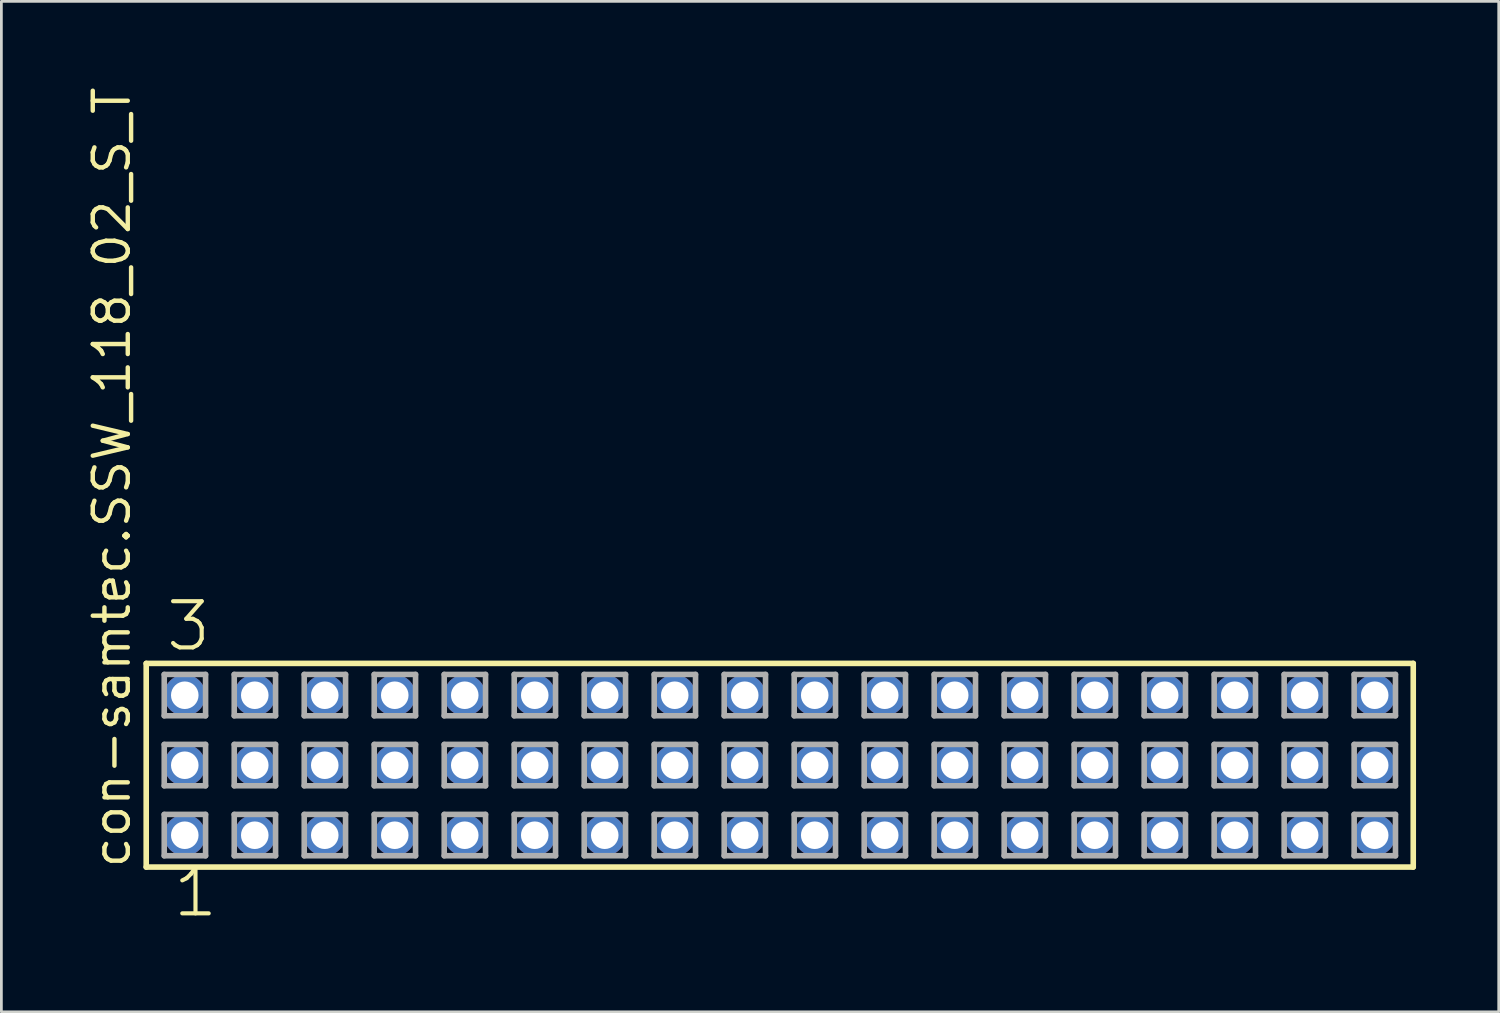
<source format=kicad_pcb>
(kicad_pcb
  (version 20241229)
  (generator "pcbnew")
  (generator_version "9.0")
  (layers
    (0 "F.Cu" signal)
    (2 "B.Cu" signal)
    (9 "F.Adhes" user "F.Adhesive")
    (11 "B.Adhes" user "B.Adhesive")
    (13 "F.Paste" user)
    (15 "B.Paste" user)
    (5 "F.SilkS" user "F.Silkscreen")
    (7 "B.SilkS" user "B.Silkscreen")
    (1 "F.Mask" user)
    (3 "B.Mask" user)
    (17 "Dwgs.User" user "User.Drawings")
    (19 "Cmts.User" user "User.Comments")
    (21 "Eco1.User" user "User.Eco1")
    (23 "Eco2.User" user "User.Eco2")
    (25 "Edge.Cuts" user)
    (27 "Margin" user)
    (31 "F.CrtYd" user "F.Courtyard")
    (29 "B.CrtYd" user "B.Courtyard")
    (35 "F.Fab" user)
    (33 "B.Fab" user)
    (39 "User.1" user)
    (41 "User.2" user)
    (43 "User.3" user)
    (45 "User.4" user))
  (footprint "con-samtec.SSW_118_02_S_T"
    (layer "F.Cu")
    (at 25.245 24.719)
    (property "Reference" "con-samtec.SSW_118_02_S_T" (at -23.495 3.81 90) (layer "F.SilkS") (effects (font (size 1.27 1.27) (thickness 0.16)) (justify left bottom)))
    (attr through_hole)
    (fp_line (start -22.989 -3.695) (end 22.989 -3.695) (stroke (width 0.203) (type default)) (layer "F.SilkS"))
    (fp_line (start -22.989 3.695) (end -22.989 -3.695) (stroke (width 0.203) (type default)) (layer "F.SilkS"))
    (fp_line (start 22.989 -3.695) (end 22.989 3.695) (stroke (width 0.203) (type default)) (layer "F.SilkS"))
    (fp_line (start 22.989 3.695) (end -22.989 3.695) (stroke (width 0.203) (type default)) (layer "F.SilkS"))
    (fp_line (start -22.335 -3.295) (end -20.835 -3.295) (stroke (width 0.203) (type default)) (layer "F.Fab"))
    (fp_line (start -22.335 -1.795) (end -22.335 -3.295) (stroke (width 0.203) (type default)) (layer "F.Fab"))
    (fp_line (start -22.335 -0.755) (end -20.835 -0.755) (stroke (width 0.203) (type default)) (layer "F.Fab"))
    (fp_line (start -22.335 0.745) (end -22.335 -0.755) (stroke (width 0.203) (type default)) (layer "F.Fab"))
    (fp_line (start -22.335 1.785) (end -20.835 1.785) (stroke (width 0.203) (type default)) (layer "F.Fab"))
    (fp_line (start -22.335 3.285) (end -22.335 1.785) (stroke (width 0.203) (type default)) (layer "F.Fab"))
    (fp_line (start -20.835 -3.295) (end -20.835 -1.795) (stroke (width 0.203) (type default)) (layer "F.Fab"))
    (fp_line (start -20.835 -1.795) (end -22.335 -1.795) (stroke (width 0.203) (type default)) (layer "F.Fab"))
    (fp_line (start -20.835 -0.755) (end -20.835 0.745) (stroke (width 0.203) (type default)) (layer "F.Fab"))
    (fp_line (start -20.835 0.745) (end -22.335 0.745) (stroke (width 0.203) (type default)) (layer "F.Fab"))
    (fp_line (start -20.835 1.785) (end -20.835 3.285) (stroke (width 0.203) (type default)) (layer "F.Fab"))
    (fp_line (start -20.835 3.285) (end -22.335 3.285) (stroke (width 0.203) (type default)) (layer "F.Fab"))
    (fp_line (start -19.795 -3.295) (end -18.295 -3.295) (stroke (width 0.203) (type default)) (layer "F.Fab"))
    (fp_line (start -19.795 -1.795) (end -19.795 -3.295) (stroke (width 0.203) (type default)) (layer "F.Fab"))
    (fp_line (start -19.795 -0.755) (end -18.295 -0.755) (stroke (width 0.203) (type default)) (layer "F.Fab"))
    (fp_line (start -19.795 0.745) (end -19.795 -0.755) (stroke (width 0.203) (type default)) (layer "F.Fab"))
    (fp_line (start -19.795 1.785) (end -18.295 1.785) (stroke (width 0.203) (type default)) (layer "F.Fab"))
    (fp_line (start -19.795 3.285) (end -19.795 1.785) (stroke (width 0.203) (type default)) (layer "F.Fab"))
    (fp_line (start -18.295 -3.295) (end -18.295 -1.795) (stroke (width 0.203) (type default)) (layer "F.Fab"))
    (fp_line (start -18.295 -1.795) (end -19.795 -1.795) (stroke (width 0.203) (type default)) (layer "F.Fab"))
    (fp_line (start -18.295 -0.755) (end -18.295 0.745) (stroke (width 0.203) (type default)) (layer "F.Fab"))
    (fp_line (start -18.295 0.745) (end -19.795 0.745) (stroke (width 0.203) (type default)) (layer "F.Fab"))
    (fp_line (start -18.295 1.785) (end -18.295 3.285) (stroke (width 0.203) (type default)) (layer "F.Fab"))
    (fp_line (start -18.295 3.285) (end -19.795 3.285) (stroke (width 0.203) (type default)) (layer "F.Fab"))
    (fp_line (start -17.255 -3.295) (end -15.755 -3.295) (stroke (width 0.203) (type default)) (layer "F.Fab"))
    (fp_line (start -17.255 -1.795) (end -17.255 -3.295) (stroke (width 0.203) (type default)) (layer "F.Fab"))
    (fp_line (start -17.255 -0.755) (end -15.755 -0.755) (stroke (width 0.203) (type default)) (layer "F.Fab"))
    (fp_line (start -17.255 0.745) (end -17.255 -0.755) (stroke (width 0.203) (type default)) (layer "F.Fab"))
    (fp_line (start -17.255 1.785) (end -15.755 1.785) (stroke (width 0.203) (type default)) (layer "F.Fab"))
    (fp_line (start -17.255 3.285) (end -17.255 1.785) (stroke (width 0.203) (type default)) (layer "F.Fab"))
    (fp_line (start -15.755 -3.295) (end -15.755 -1.795) (stroke (width 0.203) (type default)) (layer "F.Fab"))
    (fp_line (start -15.755 -1.795) (end -17.255 -1.795) (stroke (width 0.203) (type default)) (layer "F.Fab"))
    (fp_line (start -15.755 -0.755) (end -15.755 0.745) (stroke (width 0.203) (type default)) (layer "F.Fab"))
    (fp_line (start -15.755 0.745) (end -17.255 0.745) (stroke (width 0.203) (type default)) (layer "F.Fab"))
    (fp_line (start -15.755 1.785) (end -15.755 3.285) (stroke (width 0.203) (type default)) (layer "F.Fab"))
    (fp_line (start -15.755 3.285) (end -17.255 3.285) (stroke (width 0.203) (type default)) (layer "F.Fab"))
    (fp_line (start -14.715 -3.295) (end -13.215 -3.295) (stroke (width 0.203) (type default)) (layer "F.Fab"))
    (fp_line (start -14.715 -1.795) (end -14.715 -3.295) (stroke (width 0.203) (type default)) (layer "F.Fab"))
    (fp_line (start -14.715 -0.755) (end -13.215 -0.755) (stroke (width 0.203) (type default)) (layer "F.Fab"))
    (fp_line (start -14.715 0.745) (end -14.715 -0.755) (stroke (width 0.203) (type default)) (layer "F.Fab"))
    (fp_line (start -14.715 1.785) (end -13.215 1.785) (stroke (width 0.203) (type default)) (layer "F.Fab"))
    (fp_line (start -14.715 3.285) (end -14.715 1.785) (stroke (width 0.203) (type default)) (layer "F.Fab"))
    (fp_line (start -13.215 -3.295) (end -13.215 -1.795) (stroke (width 0.203) (type default)) (layer "F.Fab"))
    (fp_line (start -13.215 -1.795) (end -14.715 -1.795) (stroke (width 0.203) (type default)) (layer "F.Fab"))
    (fp_line (start -13.215 -0.755) (end -13.215 0.745) (stroke (width 0.203) (type default)) (layer "F.Fab"))
    (fp_line (start -13.215 0.745) (end -14.715 0.745) (stroke (width 0.203) (type default)) (layer "F.Fab"))
    (fp_line (start -13.215 1.785) (end -13.215 3.285) (stroke (width 0.203) (type default)) (layer "F.Fab"))
    (fp_line (start -13.215 3.285) (end -14.715 3.285) (stroke (width 0.203) (type default)) (layer "F.Fab"))
    (fp_line (start -12.175 -3.295) (end -10.675 -3.295) (stroke (width 0.203) (type default)) (layer "F.Fab"))
    (fp_line (start -12.175 -1.795) (end -12.175 -3.295) (stroke (width 0.203) (type default)) (layer "F.Fab"))
    (fp_line (start -12.175 -0.755) (end -10.675 -0.755) (stroke (width 0.203) (type default)) (layer "F.Fab"))
    (fp_line (start -12.175 0.745) (end -12.175 -0.755) (stroke (width 0.203) (type default)) (layer "F.Fab"))
    (fp_line (start -12.175 1.785) (end -10.675 1.785) (stroke (width 0.203) (type default)) (layer "F.Fab"))
    (fp_line (start -12.175 3.285) (end -12.175 1.785) (stroke (width 0.203) (type default)) (layer "F.Fab"))
    (fp_line (start -10.675 -3.295) (end -10.675 -1.795) (stroke (width 0.203) (type default)) (layer "F.Fab"))
    (fp_line (start -10.675 -1.795) (end -12.175 -1.795) (stroke (width 0.203) (type default)) (layer "F.Fab"))
    (fp_line (start -10.675 -0.755) (end -10.675 0.745) (stroke (width 0.203) (type default)) (layer "F.Fab"))
    (fp_line (start -10.675 0.745) (end -12.175 0.745) (stroke (width 0.203) (type default)) (layer "F.Fab"))
    (fp_line (start -10.675 1.785) (end -10.675 3.285) (stroke (width 0.203) (type default)) (layer "F.Fab"))
    (fp_line (start -10.675 3.285) (end -12.175 3.285) (stroke (width 0.203) (type default)) (layer "F.Fab"))
    (fp_line (start -9.635 -3.295) (end -8.135 -3.295) (stroke (width 0.203) (type default)) (layer "F.Fab"))
    (fp_line (start -9.635 -1.795) (end -9.635 -3.295) (stroke (width 0.203) (type default)) (layer "F.Fab"))
    (fp_line (start -9.635 -0.755) (end -8.135 -0.755) (stroke (width 0.203) (type default)) (layer "F.Fab"))
    (fp_line (start -9.635 0.745) (end -9.635 -0.755) (stroke (width 0.203) (type default)) (layer "F.Fab"))
    (fp_line (start -9.635 1.785) (end -8.135 1.785) (stroke (width 0.203) (type default)) (layer "F.Fab"))
    (fp_line (start -9.635 3.285) (end -9.635 1.785) (stroke (width 0.203) (type default)) (layer "F.Fab"))
    (fp_line (start -8.135 -3.295) (end -8.135 -1.795) (stroke (width 0.203) (type default)) (layer "F.Fab"))
    (fp_line (start -8.135 -1.795) (end -9.635 -1.795) (stroke (width 0.203) (type default)) (layer "F.Fab"))
    (fp_line (start -8.135 -0.755) (end -8.135 0.745) (stroke (width 0.203) (type default)) (layer "F.Fab"))
    (fp_line (start -8.135 0.745) (end -9.635 0.745) (stroke (width 0.203) (type default)) (layer "F.Fab"))
    (fp_line (start -8.135 1.785) (end -8.135 3.285) (stroke (width 0.203) (type default)) (layer "F.Fab"))
    (fp_line (start -8.135 3.285) (end -9.635 3.285) (stroke (width 0.203) (type default)) (layer "F.Fab"))
    (fp_line (start -7.095 -3.295) (end -5.595 -3.295) (stroke (width 0.203) (type default)) (layer "F.Fab"))
    (fp_line (start -7.095 -1.795) (end -7.095 -3.295) (stroke (width 0.203) (type default)) (layer "F.Fab"))
    (fp_line (start -7.095 -0.755) (end -5.595 -0.755) (stroke (width 0.203) (type default)) (layer "F.Fab"))
    (fp_line (start -7.095 0.745) (end -7.095 -0.755) (stroke (width 0.203) (type default)) (layer "F.Fab"))
    (fp_line (start -7.095 1.785) (end -5.595 1.785) (stroke (width 0.203) (type default)) (layer "F.Fab"))
    (fp_line (start -7.095 3.285) (end -7.095 1.785) (stroke (width 0.203) (type default)) (layer "F.Fab"))
    (fp_line (start -5.595 -3.295) (end -5.595 -1.795) (stroke (width 0.203) (type default)) (layer "F.Fab"))
    (fp_line (start -5.595 -1.795) (end -7.095 -1.795) (stroke (width 0.203) (type default)) (layer "F.Fab"))
    (fp_line (start -5.595 -0.755) (end -5.595 0.745) (stroke (width 0.203) (type default)) (layer "F.Fab"))
    (fp_line (start -5.595 0.745) (end -7.095 0.745) (stroke (width 0.203) (type default)) (layer "F.Fab"))
    (fp_line (start -5.595 1.785) (end -5.595 3.285) (stroke (width 0.203) (type default)) (layer "F.Fab"))
    (fp_line (start -5.595 3.285) (end -7.095 3.285) (stroke (width 0.203) (type default)) (layer "F.Fab"))
    (fp_line (start -4.555 -3.295) (end -3.055 -3.295) (stroke (width 0.203) (type default)) (layer "F.Fab"))
    (fp_line (start -4.555 -1.795) (end -4.555 -3.295) (stroke (width 0.203) (type default)) (layer "F.Fab"))
    (fp_line (start -4.555 -0.755) (end -3.055 -0.755) (stroke (width 0.203) (type default)) (layer "F.Fab"))
    (fp_line (start -4.555 0.745) (end -4.555 -0.755) (stroke (width 0.203) (type default)) (layer "F.Fab"))
    (fp_line (start -4.555 1.785) (end -3.055 1.785) (stroke (width 0.203) (type default)) (layer "F.Fab"))
    (fp_line (start -4.555 3.285) (end -4.555 1.785) (stroke (width 0.203) (type default)) (layer "F.Fab"))
    (fp_line (start -3.055 -3.295) (end -3.055 -1.795) (stroke (width 0.203) (type default)) (layer "F.Fab"))
    (fp_line (start -3.055 -1.795) (end -4.555 -1.795) (stroke (width 0.203) (type default)) (layer "F.Fab"))
    (fp_line (start -3.055 -0.755) (end -3.055 0.745) (stroke (width 0.203) (type default)) (layer "F.Fab"))
    (fp_line (start -3.055 0.745) (end -4.555 0.745) (stroke (width 0.203) (type default)) (layer "F.Fab"))
    (fp_line (start -3.055 1.785) (end -3.055 3.285) (stroke (width 0.203) (type default)) (layer "F.Fab"))
    (fp_line (start -3.055 3.285) (end -4.555 3.285) (stroke (width 0.203) (type default)) (layer "F.Fab"))
    (fp_line (start -2.015 -3.295) (end -0.515 -3.295) (stroke (width 0.203) (type default)) (layer "F.Fab"))
    (fp_line (start -2.015 -1.795) (end -2.015 -3.295) (stroke (width 0.203) (type default)) (layer "F.Fab"))
    (fp_line (start -2.015 -0.755) (end -0.515 -0.755) (stroke (width 0.203) (type default)) (layer "F.Fab"))
    (fp_line (start -2.015 0.745) (end -2.015 -0.755) (stroke (width 0.203) (type default)) (layer "F.Fab"))
    (fp_line (start -2.015 1.785) (end -0.515 1.785) (stroke (width 0.203) (type default)) (layer "F.Fab"))
    (fp_line (start -2.015 3.285) (end -2.015 1.785) (stroke (width 0.203) (type default)) (layer "F.Fab"))
    (fp_line (start -0.515 -3.295) (end -0.515 -1.795) (stroke (width 0.203) (type default)) (layer "F.Fab"))
    (fp_line (start -0.515 -1.795) (end -2.015 -1.795) (stroke (width 0.203) (type default)) (layer "F.Fab"))
    (fp_line (start -0.515 -0.755) (end -0.515 0.745) (stroke (width 0.203) (type default)) (layer "F.Fab"))
    (fp_line (start -0.515 0.745) (end -2.015 0.745) (stroke (width 0.203) (type default)) (layer "F.Fab"))
    (fp_line (start -0.515 1.785) (end -0.515 3.285) (stroke (width 0.203) (type default)) (layer "F.Fab"))
    (fp_line (start -0.515 3.285) (end -2.015 3.285) (stroke (width 0.203) (type default)) (layer "F.Fab"))
    (fp_line (start 0.525 -3.295) (end 2.025 -3.295) (stroke (width 0.203) (type default)) (layer "F.Fab"))
    (fp_line (start 0.525 -1.795) (end 0.525 -3.295) (stroke (width 0.203) (type default)) (layer "F.Fab"))
    (fp_line (start 0.525 -0.755) (end 2.025 -0.755) (stroke (width 0.203) (type default)) (layer "F.Fab"))
    (fp_line (start 0.525 0.745) (end 0.525 -0.755) (stroke (width 0.203) (type default)) (layer "F.Fab"))
    (fp_line (start 0.525 1.785) (end 2.025 1.785) (stroke (width 0.203) (type default)) (layer "F.Fab"))
    (fp_line (start 0.525 3.285) (end 0.525 1.785) (stroke (width 0.203) (type default)) (layer "F.Fab"))
    (fp_line (start 2.025 -3.295) (end 2.025 -1.795) (stroke (width 0.203) (type default)) (layer "F.Fab"))
    (fp_line (start 2.025 -1.795) (end 0.525 -1.795) (stroke (width 0.203) (type default)) (layer "F.Fab"))
    (fp_line (start 2.025 -0.755) (end 2.025 0.745) (stroke (width 0.203) (type default)) (layer "F.Fab"))
    (fp_line (start 2.025 0.745) (end 0.525 0.745) (stroke (width 0.203) (type default)) (layer "F.Fab"))
    (fp_line (start 2.025 1.785) (end 2.025 3.285) (stroke (width 0.203) (type default)) (layer "F.Fab"))
    (fp_line (start 2.025 3.285) (end 0.525 3.285) (stroke (width 0.203) (type default)) (layer "F.Fab"))
    (fp_line (start 3.065 -3.295) (end 4.565 -3.295) (stroke (width 0.203) (type default)) (layer "F.Fab"))
    (fp_line (start 3.065 -1.795) (end 3.065 -3.295) (stroke (width 0.203) (type default)) (layer "F.Fab"))
    (fp_line (start 3.065 -0.755) (end 4.565 -0.755) (stroke (width 0.203) (type default)) (layer "F.Fab"))
    (fp_line (start 3.065 0.745) (end 3.065 -0.755) (stroke (width 0.203) (type default)) (layer "F.Fab"))
    (fp_line (start 3.065 1.785) (end 4.565 1.785) (stroke (width 0.203) (type default)) (layer "F.Fab"))
    (fp_line (start 3.065 3.285) (end 3.065 1.785) (stroke (width 0.203) (type default)) (layer "F.Fab"))
    (fp_line (start 4.565 -3.295) (end 4.565 -1.795) (stroke (width 0.203) (type default)) (layer "F.Fab"))
    (fp_line (start 4.565 -1.795) (end 3.065 -1.795) (stroke (width 0.203) (type default)) (layer "F.Fab"))
    (fp_line (start 4.565 -0.755) (end 4.565 0.745) (stroke (width 0.203) (type default)) (layer "F.Fab"))
    (fp_line (start 4.565 0.745) (end 3.065 0.745) (stroke (width 0.203) (type default)) (layer "F.Fab"))
    (fp_line (start 4.565 1.785) (end 4.565 3.285) (stroke (width 0.203) (type default)) (layer "F.Fab"))
    (fp_line (start 4.565 3.285) (end 3.065 3.285) (stroke (width 0.203) (type default)) (layer "F.Fab"))
    (fp_line (start 5.605 -3.295) (end 7.105 -3.295) (stroke (width 0.203) (type default)) (layer "F.Fab"))
    (fp_line (start 5.605 -1.795) (end 5.605 -3.295) (stroke (width 0.203) (type default)) (layer "F.Fab"))
    (fp_line (start 5.605 -0.755) (end 7.105 -0.755) (stroke (width 0.203) (type default)) (layer "F.Fab"))
    (fp_line (start 5.605 0.745) (end 5.605 -0.755) (stroke (width 0.203) (type default)) (layer "F.Fab"))
    (fp_line (start 5.605 1.785) (end 7.105 1.785) (stroke (width 0.203) (type default)) (layer "F.Fab"))
    (fp_line (start 5.605 3.285) (end 5.605 1.785) (stroke (width 0.203) (type default)) (layer "F.Fab"))
    (fp_line (start 7.105 -3.295) (end 7.105 -1.795) (stroke (width 0.203) (type default)) (layer "F.Fab"))
    (fp_line (start 7.105 -1.795) (end 5.605 -1.795) (stroke (width 0.203) (type default)) (layer "F.Fab"))
    (fp_line (start 7.105 -0.755) (end 7.105 0.745) (stroke (width 0.203) (type default)) (layer "F.Fab"))
    (fp_line (start 7.105 0.745) (end 5.605 0.745) (stroke (width 0.203) (type default)) (layer "F.Fab"))
    (fp_line (start 7.105 1.785) (end 7.105 3.285) (stroke (width 0.203) (type default)) (layer "F.Fab"))
    (fp_line (start 7.105 3.285) (end 5.605 3.285) (stroke (width 0.203) (type default)) (layer "F.Fab"))
    (fp_line (start 8.145 -3.295) (end 9.645 -3.295) (stroke (width 0.203) (type default)) (layer "F.Fab"))
    (fp_line (start 8.145 -1.795) (end 8.145 -3.295) (stroke (width 0.203) (type default)) (layer "F.Fab"))
    (fp_line (start 8.145 -0.755) (end 9.645 -0.755) (stroke (width 0.203) (type default)) (layer "F.Fab"))
    (fp_line (start 8.145 0.745) (end 8.145 -0.755) (stroke (width 0.203) (type default)) (layer "F.Fab"))
    (fp_line (start 8.145 1.785) (end 9.645 1.785) (stroke (width 0.203) (type default)) (layer "F.Fab"))
    (fp_line (start 8.145 3.285) (end 8.145 1.785) (stroke (width 0.203) (type default)) (layer "F.Fab"))
    (fp_line (start 9.645 -3.295) (end 9.645 -1.795) (stroke (width 0.203) (type default)) (layer "F.Fab"))
    (fp_line (start 9.645 -1.795) (end 8.145 -1.795) (stroke (width 0.203) (type default)) (layer "F.Fab"))
    (fp_line (start 9.645 -0.755) (end 9.645 0.745) (stroke (width 0.203) (type default)) (layer "F.Fab"))
    (fp_line (start 9.645 0.745) (end 8.145 0.745) (stroke (width 0.203) (type default)) (layer "F.Fab"))
    (fp_line (start 9.645 1.785) (end 9.645 3.285) (stroke (width 0.203) (type default)) (layer "F.Fab"))
    (fp_line (start 9.645 3.285) (end 8.145 3.285) (stroke (width 0.203) (type default)) (layer "F.Fab"))
    (fp_line (start 10.685 -3.295) (end 12.185 -3.295) (stroke (width 0.203) (type default)) (layer "F.Fab"))
    (fp_line (start 10.685 -1.795) (end 10.685 -3.295) (stroke (width 0.203) (type default)) (layer "F.Fab"))
    (fp_line (start 10.685 -0.755) (end 12.185 -0.755) (stroke (width 0.203) (type default)) (layer "F.Fab"))
    (fp_line (start 10.685 0.745) (end 10.685 -0.755) (stroke (width 0.203) (type default)) (layer "F.Fab"))
    (fp_line (start 10.685 1.785) (end 12.185 1.785) (stroke (width 0.203) (type default)) (layer "F.Fab"))
    (fp_line (start 10.685 3.285) (end 10.685 1.785) (stroke (width 0.203) (type default)) (layer "F.Fab"))
    (fp_line (start 12.185 -3.295) (end 12.185 -1.795) (stroke (width 0.203) (type default)) (layer "F.Fab"))
    (fp_line (start 12.185 -1.795) (end 10.685 -1.795) (stroke (width 0.203) (type default)) (layer "F.Fab"))
    (fp_line (start 12.185 -0.755) (end 12.185 0.745) (stroke (width 0.203) (type default)) (layer "F.Fab"))
    (fp_line (start 12.185 0.745) (end 10.685 0.745) (stroke (width 0.203) (type default)) (layer "F.Fab"))
    (fp_line (start 12.185 1.785) (end 12.185 3.285) (stroke (width 0.203) (type default)) (layer "F.Fab"))
    (fp_line (start 12.185 3.285) (end 10.685 3.285) (stroke (width 0.203) (type default)) (layer "F.Fab"))
    (fp_line (start 13.225 -3.295) (end 14.725 -3.295) (stroke (width 0.203) (type default)) (layer "F.Fab"))
    (fp_line (start 13.225 -1.795) (end 13.225 -3.295) (stroke (width 0.203) (type default)) (layer "F.Fab"))
    (fp_line (start 13.225 -0.755) (end 14.725 -0.755) (stroke (width 0.203) (type default)) (layer "F.Fab"))
    (fp_line (start 13.225 0.745) (end 13.225 -0.755) (stroke (width 0.203) (type default)) (layer "F.Fab"))
    (fp_line (start 13.225 1.785) (end 14.725 1.785) (stroke (width 0.203) (type default)) (layer "F.Fab"))
    (fp_line (start 13.225 3.285) (end 13.225 1.785) (stroke (width 0.203) (type default)) (layer "F.Fab"))
    (fp_line (start 14.725 -3.295) (end 14.725 -1.795) (stroke (width 0.203) (type default)) (layer "F.Fab"))
    (fp_line (start 14.725 -1.795) (end 13.225 -1.795) (stroke (width 0.203) (type default)) (layer "F.Fab"))
    (fp_line (start 14.725 -0.755) (end 14.725 0.745) (stroke (width 0.203) (type default)) (layer "F.Fab"))
    (fp_line (start 14.725 0.745) (end 13.225 0.745) (stroke (width 0.203) (type default)) (layer "F.Fab"))
    (fp_line (start 14.725 1.785) (end 14.725 3.285) (stroke (width 0.203) (type default)) (layer "F.Fab"))
    (fp_line (start 14.725 3.285) (end 13.225 3.285) (stroke (width 0.203) (type default)) (layer "F.Fab"))
    (fp_line (start 15.765 -3.295) (end 17.265 -3.295) (stroke (width 0.203) (type default)) (layer "F.Fab"))
    (fp_line (start 15.765 -1.795) (end 15.765 -3.295) (stroke (width 0.203) (type default)) (layer "F.Fab"))
    (fp_line (start 15.765 -0.755) (end 17.265 -0.755) (stroke (width 0.203) (type default)) (layer "F.Fab"))
    (fp_line (start 15.765 0.745) (end 15.765 -0.755) (stroke (width 0.203) (type default)) (layer "F.Fab"))
    (fp_line (start 15.765 1.785) (end 17.265 1.785) (stroke (width 0.203) (type default)) (layer "F.Fab"))
    (fp_line (start 15.765 3.285) (end 15.765 1.785) (stroke (width 0.203) (type default)) (layer "F.Fab"))
    (fp_line (start 17.265 -3.295) (end 17.265 -1.795) (stroke (width 0.203) (type default)) (layer "F.Fab"))
    (fp_line (start 17.265 -1.795) (end 15.765 -1.795) (stroke (width 0.203) (type default)) (layer "F.Fab"))
    (fp_line (start 17.265 -0.755) (end 17.265 0.745) (stroke (width 0.203) (type default)) (layer "F.Fab"))
    (fp_line (start 17.265 0.745) (end 15.765 0.745) (stroke (width 0.203) (type default)) (layer "F.Fab"))
    (fp_line (start 17.265 1.785) (end 17.265 3.285) (stroke (width 0.203) (type default)) (layer "F.Fab"))
    (fp_line (start 17.265 3.285) (end 15.765 3.285) (stroke (width 0.203) (type default)) (layer "F.Fab"))
    (fp_line (start 18.305 -3.295) (end 19.805 -3.295) (stroke (width 0.203) (type default)) (layer "F.Fab"))
    (fp_line (start 18.305 -1.795) (end 18.305 -3.295) (stroke (width 0.203) (type default)) (layer "F.Fab"))
    (fp_line (start 18.305 -0.755) (end 19.805 -0.755) (stroke (width 0.203) (type default)) (layer "F.Fab"))
    (fp_line (start 18.305 0.745) (end 18.305 -0.755) (stroke (width 0.203) (type default)) (layer "F.Fab"))
    (fp_line (start 18.305 1.785) (end 19.805 1.785) (stroke (width 0.203) (type default)) (layer "F.Fab"))
    (fp_line (start 18.305 3.285) (end 18.305 1.785) (stroke (width 0.203) (type default)) (layer "F.Fab"))
    (fp_line (start 19.805 -3.295) (end 19.805 -1.795) (stroke (width 0.203) (type default)) (layer "F.Fab"))
    (fp_line (start 19.805 -1.795) (end 18.305 -1.795) (stroke (width 0.203) (type default)) (layer "F.Fab"))
    (fp_line (start 19.805 -0.755) (end 19.805 0.745) (stroke (width 0.203) (type default)) (layer "F.Fab"))
    (fp_line (start 19.805 0.745) (end 18.305 0.745) (stroke (width 0.203) (type default)) (layer "F.Fab"))
    (fp_line (start 19.805 1.785) (end 19.805 3.285) (stroke (width 0.203) (type default)) (layer "F.Fab"))
    (fp_line (start 19.805 3.285) (end 18.305 3.285) (stroke (width 0.203) (type default)) (layer "F.Fab"))
    (fp_line (start 20.845 -3.295) (end 22.345 -3.295) (stroke (width 0.203) (type default)) (layer "F.Fab"))
    (fp_line (start 20.845 -1.795) (end 20.845 -3.295) (stroke (width 0.203) (type default)) (layer "F.Fab"))
    (fp_line (start 20.845 -0.755) (end 22.345 -0.755) (stroke (width 0.203) (type default)) (layer "F.Fab"))
    (fp_line (start 20.845 0.745) (end 20.845 -0.755) (stroke (width 0.203) (type default)) (layer "F.Fab"))
    (fp_line (start 20.845 1.785) (end 22.345 1.785) (stroke (width 0.203) (type default)) (layer "F.Fab"))
    (fp_line (start 20.845 3.285) (end 20.845 1.785) (stroke (width 0.203) (type default)) (layer "F.Fab"))
    (fp_line (start 22.345 -3.295) (end 22.345 -1.795) (stroke (width 0.203) (type default)) (layer "F.Fab"))
    (fp_line (start 22.345 -1.795) (end 20.845 -1.795) (stroke (width 0.203) (type default)) (layer "F.Fab"))
    (fp_line (start 22.345 -0.755) (end 22.345 0.745) (stroke (width 0.203) (type default)) (layer "F.Fab"))
    (fp_line (start 22.345 0.745) (end 20.845 0.745) (stroke (width 0.203) (type default)) (layer "F.Fab"))
    (fp_line (start 22.345 1.785) (end 22.345 3.285) (stroke (width 0.203) (type default)) (layer "F.Fab"))
    (fp_line (start 22.345 3.285) (end 20.845 3.285) (stroke (width 0.203) (type default)) (layer "F.Fab"))
    (fp_text user "3" (at -22.352 -4.064 0) (layer "F.SilkS") (effects (font (size 1.676 1.676) (thickness 0.15)) (justify left bottom)))
    (fp_text user "1" (at -22.098 5.588 0) (layer "F.SilkS") (effects (font (size 1.676 1.676) (thickness 0.15)) (justify left bottom)))
    (pad "1" thru_hole circle (at -21.59 2.54) (size 1.5 1.5) (drill 1) (layers "*.Cu" "*.Mask"))
    (pad "2" thru_hole circle (at -21.59 0) (size 1.5 1.5) (drill 1) (layers "*.Cu" "*.Mask"))
    (pad "3" thru_hole circle (at -21.59 -2.54) (size 1.5 1.5) (drill 1) (layers "*.Cu" "*.Mask"))
    (pad "4" thru_hole circle (at -19.05 2.54) (size 1.5 1.5) (drill 1) (layers "*.Cu" "*.Mask"))
    (pad "5" thru_hole circle (at -19.05 0) (size 1.5 1.5) (drill 1) (layers "*.Cu" "*.Mask"))
    (pad "6" thru_hole circle (at -19.05 -2.54) (size 1.5 1.5) (drill 1) (layers "*.Cu" "*.Mask"))
    (pad "7" thru_hole circle (at -16.51 2.54) (size 1.5 1.5) (drill 1) (layers "*.Cu" "*.Mask"))
    (pad "8" thru_hole circle (at -16.51 0) (size 1.5 1.5) (drill 1) (layers "*.Cu" "*.Mask"))
    (pad "9" thru_hole circle (at -16.51 -2.54) (size 1.5 1.5) (drill 1) (layers "*.Cu" "*.Mask"))
    (pad "10" thru_hole circle (at -13.97 2.54) (size 1.5 1.5) (drill 1) (layers "*.Cu" "*.Mask"))
    (pad "11" thru_hole circle (at -13.97 0) (size 1.5 1.5) (drill 1) (layers "*.Cu" "*.Mask"))
    (pad "12" thru_hole circle (at -13.97 -2.54) (size 1.5 1.5) (drill 1) (layers "*.Cu" "*.Mask"))
    (pad "13" thru_hole circle (at -11.43 2.54) (size 1.5 1.5) (drill 1) (layers "*.Cu" "*.Mask"))
    (pad "14" thru_hole circle (at -11.43 0) (size 1.5 1.5) (drill 1) (layers "*.Cu" "*.Mask"))
    (pad "15" thru_hole circle (at -11.43 -2.54) (size 1.5 1.5) (drill 1) (layers "*.Cu" "*.Mask"))
    (pad "16" thru_hole circle (at -8.89 2.54) (size 1.5 1.5) (drill 1) (layers "*.Cu" "*.Mask"))
    (pad "17" thru_hole circle (at -8.89 0) (size 1.5 1.5) (drill 1) (layers "*.Cu" "*.Mask"))
    (pad "18" thru_hole circle (at -8.89 -2.54) (size 1.5 1.5) (drill 1) (layers "*.Cu" "*.Mask"))
    (pad "19" thru_hole circle (at -6.35 2.54) (size 1.5 1.5) (drill 1) (layers "*.Cu" "*.Mask"))
    (pad "20" thru_hole circle (at -6.35 0) (size 1.5 1.5) (drill 1) (layers "*.Cu" "*.Mask"))
    (pad "21" thru_hole circle (at -6.35 -2.54) (size 1.5 1.5) (drill 1) (layers "*.Cu" "*.Mask"))
    (pad "22" thru_hole circle (at -3.81 2.54) (size 1.5 1.5) (drill 1) (layers "*.Cu" "*.Mask"))
    (pad "23" thru_hole circle (at -3.81 0) (size 1.5 1.5) (drill 1) (layers "*.Cu" "*.Mask"))
    (pad "24" thru_hole circle (at -3.81 -2.54) (size 1.5 1.5) (drill 1) (layers "*.Cu" "*.Mask"))
    (pad "25" thru_hole circle (at -1.27 2.54) (size 1.5 1.5) (drill 1) (layers "*.Cu" "*.Mask"))
    (pad "26" thru_hole circle (at -1.27 0) (size 1.5 1.5) (drill 1) (layers "*.Cu" "*.Mask"))
    (pad "27" thru_hole circle (at -1.27 -2.54) (size 1.5 1.5) (drill 1) (layers "*.Cu" "*.Mask"))
    (pad "28" thru_hole circle (at 1.27 2.54) (size 1.5 1.5) (drill 1) (layers "*.Cu" "*.Mask"))
    (pad "29" thru_hole circle (at 1.27 0) (size 1.5 1.5) (drill 1) (layers "*.Cu" "*.Mask"))
    (pad "30" thru_hole circle (at 1.27 -2.54) (size 1.5 1.5) (drill 1) (layers "*.Cu" "*.Mask"))
    (pad "31" thru_hole circle (at 3.81 2.54) (size 1.5 1.5) (drill 1) (layers "*.Cu" "*.Mask"))
    (pad "32" thru_hole circle (at 3.81 0) (size 1.5 1.5) (drill 1) (layers "*.Cu" "*.Mask"))
    (pad "33" thru_hole circle (at 3.81 -2.54) (size 1.5 1.5) (drill 1) (layers "*.Cu" "*.Mask"))
    (pad "34" thru_hole circle (at 6.35 2.54) (size 1.5 1.5) (drill 1) (layers "*.Cu" "*.Mask"))
    (pad "35" thru_hole circle (at 6.35 0) (size 1.5 1.5) (drill 1) (layers "*.Cu" "*.Mask"))
    (pad "36" thru_hole circle (at 6.35 -2.54) (size 1.5 1.5) (drill 1) (layers "*.Cu" "*.Mask"))
    (pad "37" thru_hole circle (at 8.89 2.54) (size 1.5 1.5) (drill 1) (layers "*.Cu" "*.Mask"))
    (pad "38" thru_hole circle (at 8.89 0) (size 1.5 1.5) (drill 1) (layers "*.Cu" "*.Mask"))
    (pad "39" thru_hole circle (at 8.89 -2.54) (size 1.5 1.5) (drill 1) (layers "*.Cu" "*.Mask"))
    (pad "40" thru_hole circle (at 11.43 2.54) (size 1.5 1.5) (drill 1) (layers "*.Cu" "*.Mask"))
    (pad "41" thru_hole circle (at 11.43 0) (size 1.5 1.5) (drill 1) (layers "*.Cu" "*.Mask"))
    (pad "42" thru_hole circle (at 11.43 -2.54) (size 1.5 1.5) (drill 1) (layers "*.Cu" "*.Mask"))
    (pad "43" thru_hole circle (at 13.97 2.54) (size 1.5 1.5) (drill 1) (layers "*.Cu" "*.Mask"))
    (pad "44" thru_hole circle (at 13.97 0) (size 1.5 1.5) (drill 1) (layers "*.Cu" "*.Mask"))
    (pad "45" thru_hole circle (at 13.97 -2.54) (size 1.5 1.5) (drill 1) (layers "*.Cu" "*.Mask"))
    (pad "46" thru_hole circle (at 16.51 2.54) (size 1.5 1.5) (drill 1) (layers "*.Cu" "*.Mask"))
    (pad "47" thru_hole circle (at 16.51 0) (size 1.5 1.5) (drill 1) (layers "*.Cu" "*.Mask"))
    (pad "48" thru_hole circle (at 16.51 -2.54) (size 1.5 1.5) (drill 1) (layers "*.Cu" "*.Mask"))
    (pad "49" thru_hole circle (at 19.05 2.54) (size 1.5 1.5) (drill 1) (layers "*.Cu" "*.Mask"))
    (pad "50" thru_hole circle (at 19.05 0) (size 1.5 1.5) (drill 1) (layers "*.Cu" "*.Mask"))
    (pad "51" thru_hole circle (at 19.05 -2.54) (size 1.5 1.5) (drill 1) (layers "*.Cu" "*.Mask"))
    (pad "52" thru_hole circle (at 21.59 2.54) (size 1.5 1.5) (drill 1) (layers "*.Cu" "*.Mask"))
    (pad "53" thru_hole circle (at 21.59 0) (size 1.5 1.5) (drill 1) (layers "*.Cu" "*.Mask"))
    (pad "54" thru_hole circle (at 21.59 -2.54) (size 1.5 1.5) (drill 1) (layers "*.Cu" "*.Mask")))
  (gr_rect
    (start -3 -3)
    (end 51.336 33.668)
    (stroke (width 0.1) (type default))
    (fill no)
    (layer "Edge.Cuts")))
</source>
